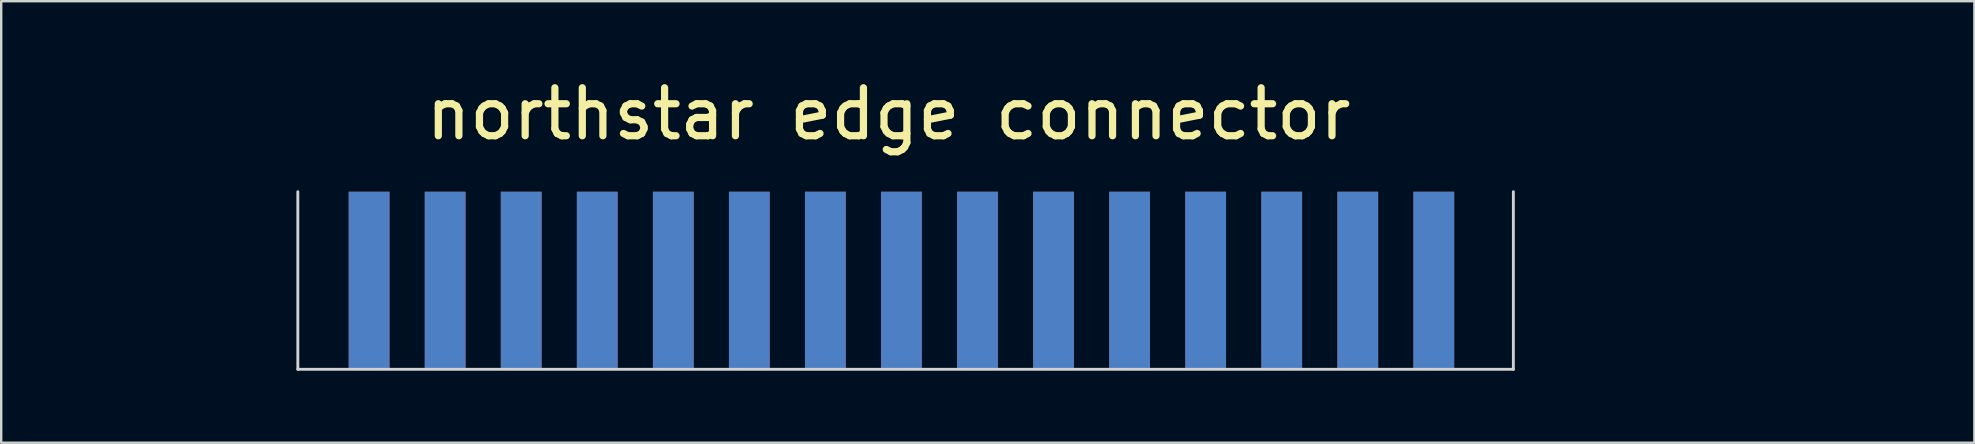
<source format=kicad_pcb>
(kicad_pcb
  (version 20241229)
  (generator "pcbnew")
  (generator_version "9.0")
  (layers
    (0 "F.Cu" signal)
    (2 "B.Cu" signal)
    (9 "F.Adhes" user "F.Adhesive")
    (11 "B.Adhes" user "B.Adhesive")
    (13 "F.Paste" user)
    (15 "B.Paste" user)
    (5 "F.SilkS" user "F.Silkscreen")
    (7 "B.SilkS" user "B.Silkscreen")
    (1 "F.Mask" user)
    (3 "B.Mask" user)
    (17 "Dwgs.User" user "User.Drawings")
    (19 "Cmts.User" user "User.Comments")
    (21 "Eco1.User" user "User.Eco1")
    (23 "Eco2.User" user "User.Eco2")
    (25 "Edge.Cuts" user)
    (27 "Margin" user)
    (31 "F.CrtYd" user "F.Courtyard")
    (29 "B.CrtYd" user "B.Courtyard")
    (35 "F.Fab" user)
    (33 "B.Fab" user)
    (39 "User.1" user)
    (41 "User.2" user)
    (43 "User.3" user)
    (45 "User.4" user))
  (footprint "northstar edge connector"
    (layer "F.Cu")
    (at 9.36 4.939)
    (property "Reference" "northstar edge connector" (at 24.616 -3.242 0) (unlocked yes) (layer "F.SilkS") (effects (font (size 2 2) (thickness 0.3))))
    (fp_line (start 0 7.4) (end 0 0) (stroke (width 0.12) (type solid)) (layer "Edge.Cuts"))
    (fp_line (start 50.65 7.4) (end 0 7.4) (stroke (width 0.12) (type solid)) (layer "Edge.Cuts"))
    (fp_line (start 50.65 7.4) (end 50.65 0) (stroke (width 0.12) (type solid)) (layer "Edge.Cuts"))
    (fp_line (start 0 0) (end -9.3 0) (stroke (width 0.12) (type solid)) (layer "User.1"))
    (fp_line (start 50.65 0) (end 66.8 0) (stroke (width 0.12) (type solid)) (layer "User.1"))
    (pad "1" smd rect (at 47.334 3.7) (size 1.7 7.4) (layers "B.Cu" "B.Mask" "B.Paste"))
    (pad "2" smd rect (at 47.334 3.7) (size 1.7 7.4) (layers "F.Cu" "F.Mask" "F.Paste"))
    (pad "3" smd rect (at 44.166 3.7) (size 1.7 7.4) (layers "B.Cu" "B.Mask" "B.Paste"))
    (pad "4" smd rect (at 44.166 3.7) (size 1.7 7.4) (layers "F.Cu" "F.Mask" "F.Paste"))
    (pad "5" smd rect (at 40.997 3.7) (size 1.7 7.4) (layers "B.Cu" "B.Mask" "B.Paste"))
    (pad "6" smd rect (at 40.997 3.7) (size 1.7 7.4) (layers "F.Cu" "F.Mask" "F.Paste"))
    (pad "7" smd rect (at 37.828 3.7) (size 1.7 7.4) (layers "B.Cu" "B.Mask" "B.Paste"))
    (pad "8" smd rect (at 37.828 3.7) (size 1.7 7.4) (layers "F.Cu" "F.Mask" "F.Paste"))
    (pad "9" smd rect (at 34.659 3.7) (size 1.7 7.4) (layers "B.Cu" "B.Mask" "B.Paste"))
    (pad "10" smd rect (at 34.659 3.7) (size 1.7 7.4) (layers "F.Cu" "F.Mask" "F.Paste"))
    (pad "11" smd rect (at 31.49 3.7) (size 1.7 7.4) (layers "B.Cu" "B.Mask" "B.Paste"))
    (pad "12" smd rect (at 31.49 3.7) (size 1.7 7.4) (layers "F.Cu" "F.Mask" "F.Paste"))
    (pad "13" smd rect (at 28.321 3.7) (size 1.7 7.4) (layers "B.Cu" "B.Mask" "B.Paste"))
    (pad "14" smd rect (at 28.321 3.7) (size 1.7 7.4) (layers "F.Cu" "F.Mask" "F.Paste"))
    (pad "15" smd rect (at 25.152 3.7) (size 1.7 7.4) (layers "B.Cu" "B.Mask" "B.Paste"))
    (pad "16" smd rect (at 25.152 3.7) (size 1.7 7.4) (layers "F.Cu" "F.Mask" "F.Paste"))
    (pad "17" smd rect (at 21.983 3.7) (size 1.7 7.4) (layers "B.Cu" "B.Mask" "B.Paste"))
    (pad "18" smd rect (at 21.983 3.7) (size 1.7 7.4) (layers "F.Cu" "F.Mask" "F.Paste"))
    (pad "19" smd rect (at 18.814 3.7) (size 1.7 7.4) (layers "B.Cu" "B.Mask" "B.Paste"))
    (pad "20" smd rect (at 18.814 3.7) (size 1.7 7.4) (layers "F.Cu" "F.Mask" "F.Paste"))
    (pad "21" smd rect (at 15.646 3.7) (size 1.7 7.4) (layers "B.Cu" "B.Mask" "B.Paste"))
    (pad "22" smd rect (at 15.646 3.7) (size 1.7 7.4) (layers "F.Cu" "F.Mask" "F.Paste"))
    (pad "23" smd rect (at 12.477 3.7) (size 1.7 7.4) (layers "B.Cu" "B.Mask" "B.Paste"))
    (pad "24" smd rect (at 12.477 3.7) (size 1.7 7.4) (layers "F.Cu" "F.Mask" "F.Paste"))
    (pad "25" smd rect (at 9.308 3.7) (size 1.7 7.4) (layers "B.Cu" "B.Mask" "B.Paste"))
    (pad "26" smd rect (at 9.308 3.7) (size 1.7 7.4) (layers "F.Cu" "F.Mask" "F.Paste"))
    (pad "27" smd rect (at 6.139 3.7) (size 1.7 7.4) (layers "B.Cu" "B.Mask" "B.Paste"))
    (pad "28" smd rect (at 6.139 3.7) (size 1.7 7.4) (layers "F.Cu" "F.Mask" "F.Paste"))
    (pad "29" smd rect (at 2.97 3.7) (size 1.7 7.4) (layers "B.Cu" "B.Mask" "B.Paste"))
    (pad "30" smd rect (at 2.97 3.7) (size 1.7 7.4) (layers "F.Cu" "F.Mask" "F.Paste"))
    (zone (net_name "") (layers "F.Cu" "B.Cu") (name "card edge") (hatch edge 0.508) (connect_pads) (min_thickness 0.254) (filled_areas_thickness no) (keepout (tracks allowed) (vias allowed) (pads allowed) (copperpour not_allowed) (footprints allowed)) (placement (enabled no)) (fill) (polygon (pts (xy 60 12.329) (xy 9.36 12.329) (xy 9.36 4.939) (xy 60.01 4.939)))))
  (gr_rect
    (start -3 -3)
    (end 79.22 15.399)
    (stroke (width 0.1) (type default))
    (fill no)
    (layer "Edge.Cuts")))
</source>
